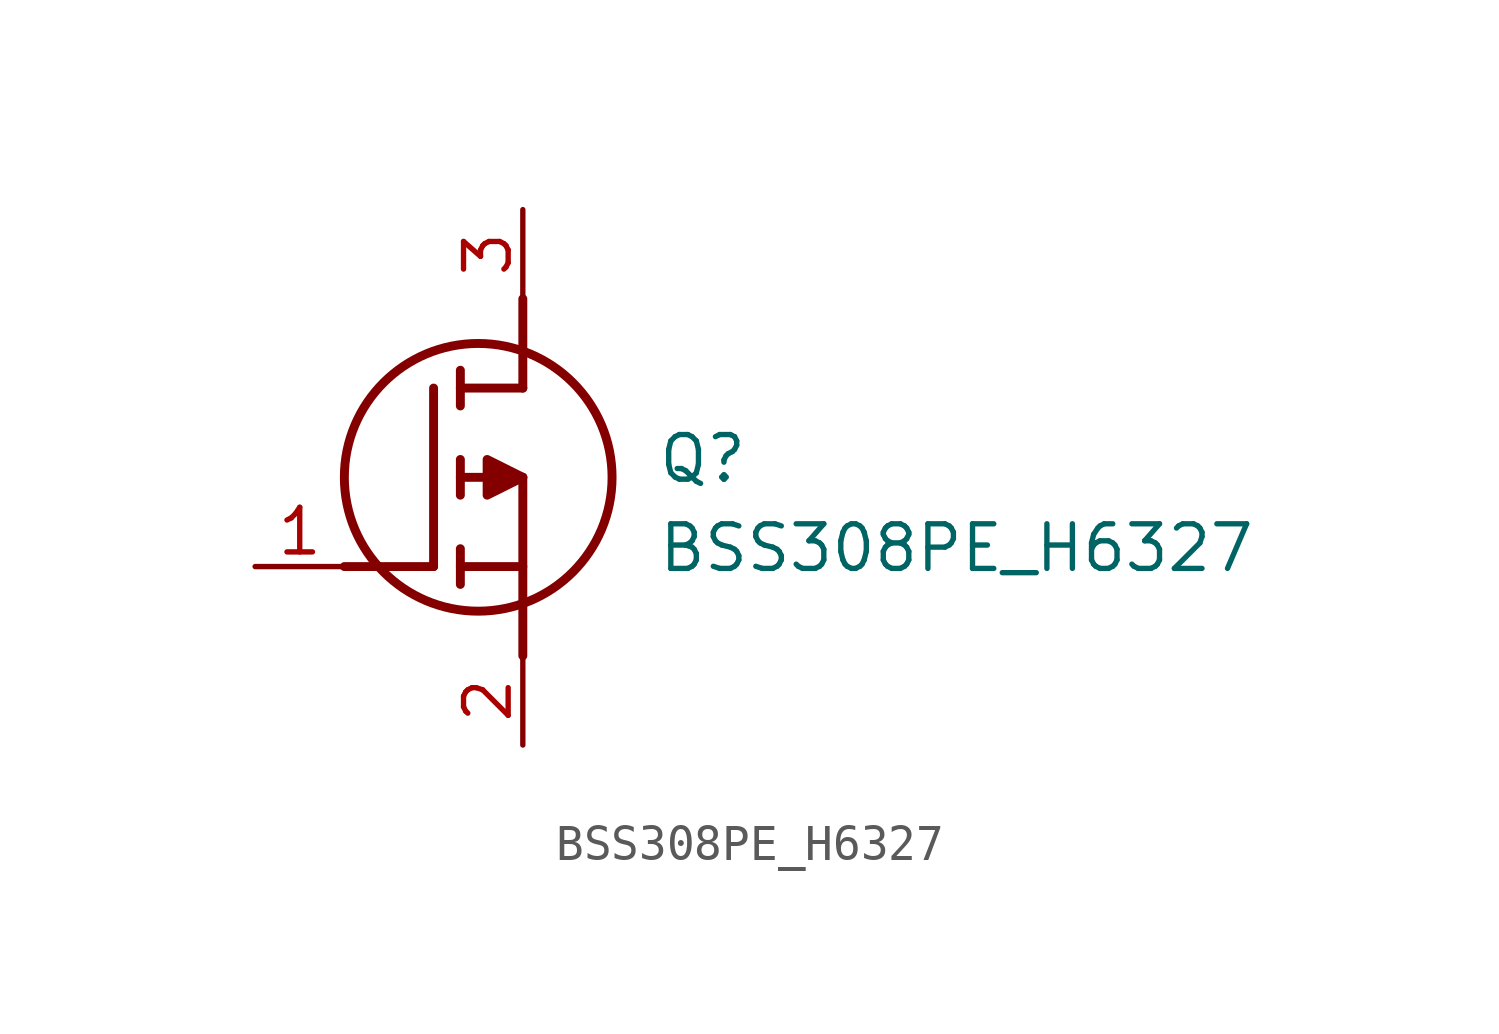
<source format=kicad_sym>
(kicad_symbol_lib
  (version 20211014)
  (generator SamacSys_ECAD_Model)
  (symbol "BSS308PE_H6327"
    (pin_names hide)
    (property "Reference" "Q"
      (at 11.43 3.81 0)
      (effects (font (size 1.27 1.27)) (justify left top)))
    (property "Value" "BSS308PE_H6327"
      (at 11.43 1.27 0)
      (effects (font (size 1.27 1.27)) (justify left top)))
    (polyline
      (pts (xy 7.62 2.54) (xy 7.62 -2.54))
      (stroke (width 0.254) (type default))
      (fill (type none)))
    (polyline
      (pts (xy 7.62 5.08) (xy 7.62 7.62))
      (stroke (width 0.254) (type default))
      (fill (type none)))
    (polyline
      (pts (xy 2.54 0) (xy 5.08 0))
      (stroke (width 0.254) (type default))
      (fill (type none)))
    (polyline
      (pts (xy 5.08 5.08) (xy 5.08 0))
      (stroke (width 0.254) (type default))
      (fill (type none)))
    (polyline
      (pts (xy 7.62 2.54) (xy 5.842 2.54))
      (stroke (width 0.254) (type default))
      (fill (type none)))
    (polyline
      (pts (xy 7.62 5.08) (xy 5.842 5.08))
      (stroke (width 0.254) (type default))
      (fill (type none)))
    (polyline
      (pts (xy 5.842 0) (xy 7.62 0))
      (stroke (width 0.254) (type default))
      (fill (type none)))
    (polyline
      (pts (xy 5.842 5.588) (xy 5.842 4.572))
      (stroke (width 0.254) (type default))
      (fill (type none)))
    (polyline
      (pts (xy 5.842 -0.508) (xy 5.842 0.508))
      (stroke (width 0.254) (type default))
      (fill (type none)))
    (polyline
      (pts (xy 5.842 2.032) (xy 5.842 3.048))
      (stroke (width 0.254) (type default))
      (fill (type none)))
    (circle
      (center 6.35 2.54)
      (radius 3.81)
      (stroke (width 0.254) (type default))
      (fill (type none)))
    (polyline
      (pts (xy 7.62 2.54) (xy 6.604 3.048) (xy 6.604 2.032) (xy 7.62 2.54))
      (stroke (width 0.254) (type default))
      (fill (type outline)))
    (pin passive line
      (at 0 0 0)
      (length 2.54)
      (name "G" (effects (font (size 1.27 1.27))))
      (number "1" (effects (font (size 1.27 1.27)))))
    (pin passive line
      (at 7.62 10.16 270)
      (length 2.54)
      (name "D" (effects (font (size 1.27 1.27))))
      (number "3" (effects (font (size 1.27 1.27)))))
    (pin passive line
      (at 7.62 -5.08 90)
      (length 2.54)
      (name "S" (effects (font (size 1.27 1.27))))
      (number "2" (effects (font (size 1.27 1.27)))))))
</source>
